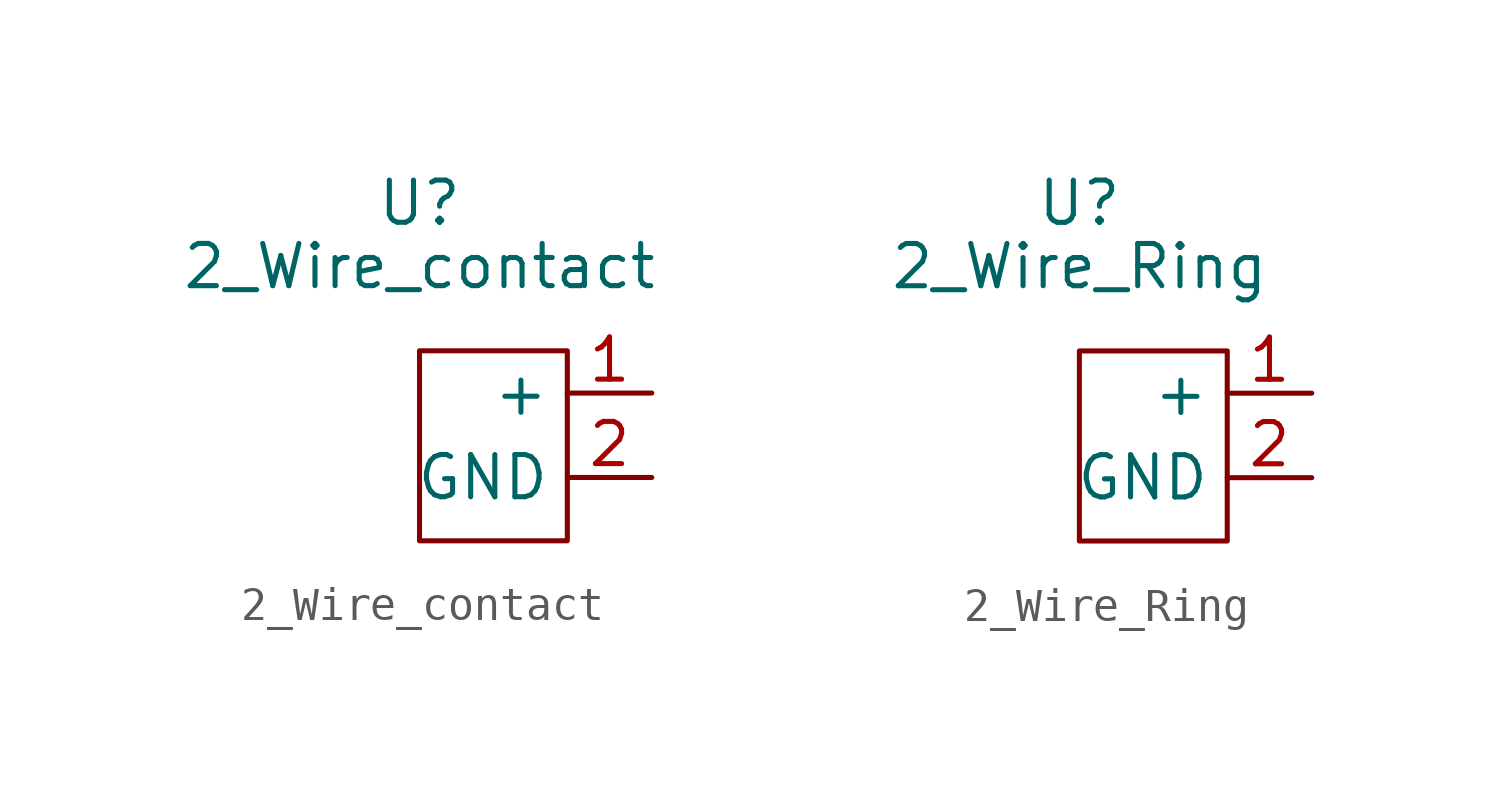
<source format=kicad_sym>
(kicad_symbol_lib
  (version 20211014)
  (generator kicad_symbol_editor)
  (symbol "2_Wire_contact"
    (property "Reference" "U"
      (at 0 4.445 0)
      (effects (font (size 1.27 1.27))))
    (property "Value" "2_Wire_contact"
      (at 0 2.54 0)
      (effects (font (size 1.27 1.27))))
    (symbol "2_Wire_contact_0_1"
      (rectangle (start 0 0) (end 4.445 -5.715) (stroke (width 0) (type default) (color 0 0 0 0)) (fill (type none))))
    (symbol "2_Wire_contact_1_1"
      (pin input line (at 6.985 -1.27 180) (length 2.54) (name "+" (effects (font (size 1.27 1.27)))) (number "1" (effects (font (size 1.27 1.27)))))
      (pin input line (at 6.985 -3.81 180) (length 2.54) (name "GND" (effects (font (size 1.27 1.27)))) (number "2" (effects (font (size 1.27 1.27)))))))
  (symbol "2_Wire_Ring"
    (property "Reference" "U"
      (at 0 4.445 0)
      (effects (font (size 1.27 1.27))))
    (property "Value" "2_Wire_Ring"
      (at 0 2.54 0)
      (effects (font (size 1.27 1.27))))
    (symbol "2_Wire_Ring_0_1"
      (rectangle (start 0 0) (end 4.445 -5.715) (stroke (width 0) (type default) (color 0 0 0 0)) (fill (type none))))
    (symbol "2_Wire_Ring_1_1"
      (pin input line (at 6.985 -1.27 180) (length 2.54) (name "+" (effects (font (size 1.27 1.27)))) (number "1" (effects (font (size 1.27 1.27)))))
      (pin input line (at 6.985 -3.81 180) (length 2.54) (name "GND" (effects (font (size 1.27 1.27)))) (number "2" (effects (font (size 1.27 1.27))))))))
</source>
